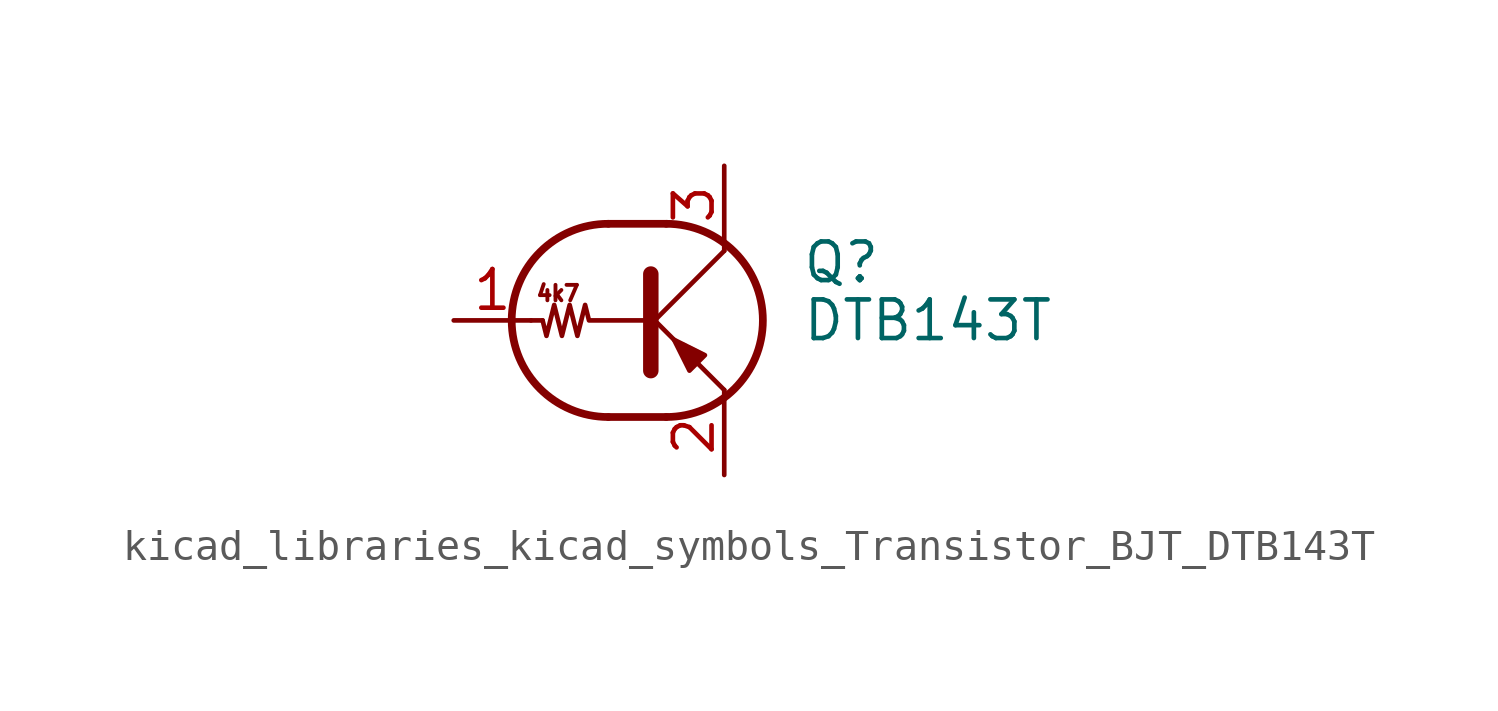
<source format=kicad_sym>
(kicad_symbol_lib
  (version 20220914)
  (generator kicad_symbol_editor)
  (symbol "kicad_libraries_kicad_symbols_Transistor_BJT_DTB143T"
    (pin_names
      (offset 0) hide)
    (property "Reference" "Q"
      (at 5.08 1.905 0)
      (effects (font (size 1.27 1.27)) (justify left)))
    (property "Value" "DTB143T"
      (at 5.08 0 0)
      (effects (font (size 1.27 1.27)) (justify left)))
    (symbol "kicad_libraries_kicad_symbols_Transistor_BJT_DTB143T_0_0"
      (polyline (pts (xy 2.54 -2.286) (xy 2.54 -2.54)) (stroke (width 0) (type default)) (fill (type none)))
      (text "4k7" (at -2.921 0.889 0) (effects (font (size 0.508 0.508)))))
    (symbol "kicad_libraries_kicad_symbols_Transistor_BJT_DTB143T_0_1"
      (arc (start -1.27 3.175) (mid -4.4312 0) (end -1.27 -3.175) (stroke (width 0.254) (type default)) (fill (type none)))
      (polyline (pts (xy -3.429 0) (xy -3.81 0)) (stroke (width 0) (type default)) (fill (type none)))
      (polyline (pts (xy -1.27 -3.175) (xy 0.635 -3.175)) (stroke (width 0.254) (type default)) (fill (type none)))
      (polyline (pts (xy -1.27 3.175) (xy 0.635 3.175)) (stroke (width 0.254) (type default)) (fill (type none)))
      (polyline (pts (xy 0 -0.254) (xy 2.54 2.286)) (stroke (width 0) (type default)) (fill (type none)))
      (polyline (pts (xy 0.127 1.524) (xy 0.127 -1.651)) (stroke (width 0.508) (type default)) (fill (type outline)))
      (polyline (pts (xy 2.54 2.286) (xy 2.54 2.54)) (stroke (width 0) (type default)) (fill (type none)))
      (polyline (pts (xy 2.54 -2.286) (xy 0 0.254) (xy 0 0.254)) (stroke (width 0) (type default)) (fill (type none)))
      (polyline (pts (xy 1.397 -1.651) (xy 1.905 -1.143) (xy 0.889 -0.635) (xy 1.397 -1.651)) (stroke (width 0) (type default)) (fill (type outline)))
      (polyline (pts (xy 0 0) (xy -1.905 0) (xy -2.032 0.508) (xy -2.286 -0.508) (xy -2.54 0.508) (xy -2.794 -0.508) (xy -3.048 0.508) (xy -3.302 -0.508) (xy -3.429 0)) (stroke (width 0) (type default)) (fill (type none)))
      (arc (start 0.635 -3.175) (mid 3.7962 0) (end 0.635 3.175) (stroke (width 0.254) (type default)) (fill (type none))))
    (symbol "kicad_libraries_kicad_symbols_Transistor_BJT_DTB143T_1_1"
      (pin input line (at -6.35 0 0) (length 2.54) (name "B" (effects (font (size 1.27 1.27)))) (number "1" (effects (font (size 1.27 1.27)))))
      (pin passive line (at 2.54 -5.08 90) (length 2.54) (name "E" (effects (font (size 1.27 1.27)))) (number "2" (effects (font (size 1.27 1.27)))))
      (pin passive line (at 2.54 5.08 270) (length 2.54) (name "C" (effects (font (size 1.27 1.27)))) (number "3" (effects (font (size 1.27 1.27))))))))
</source>
